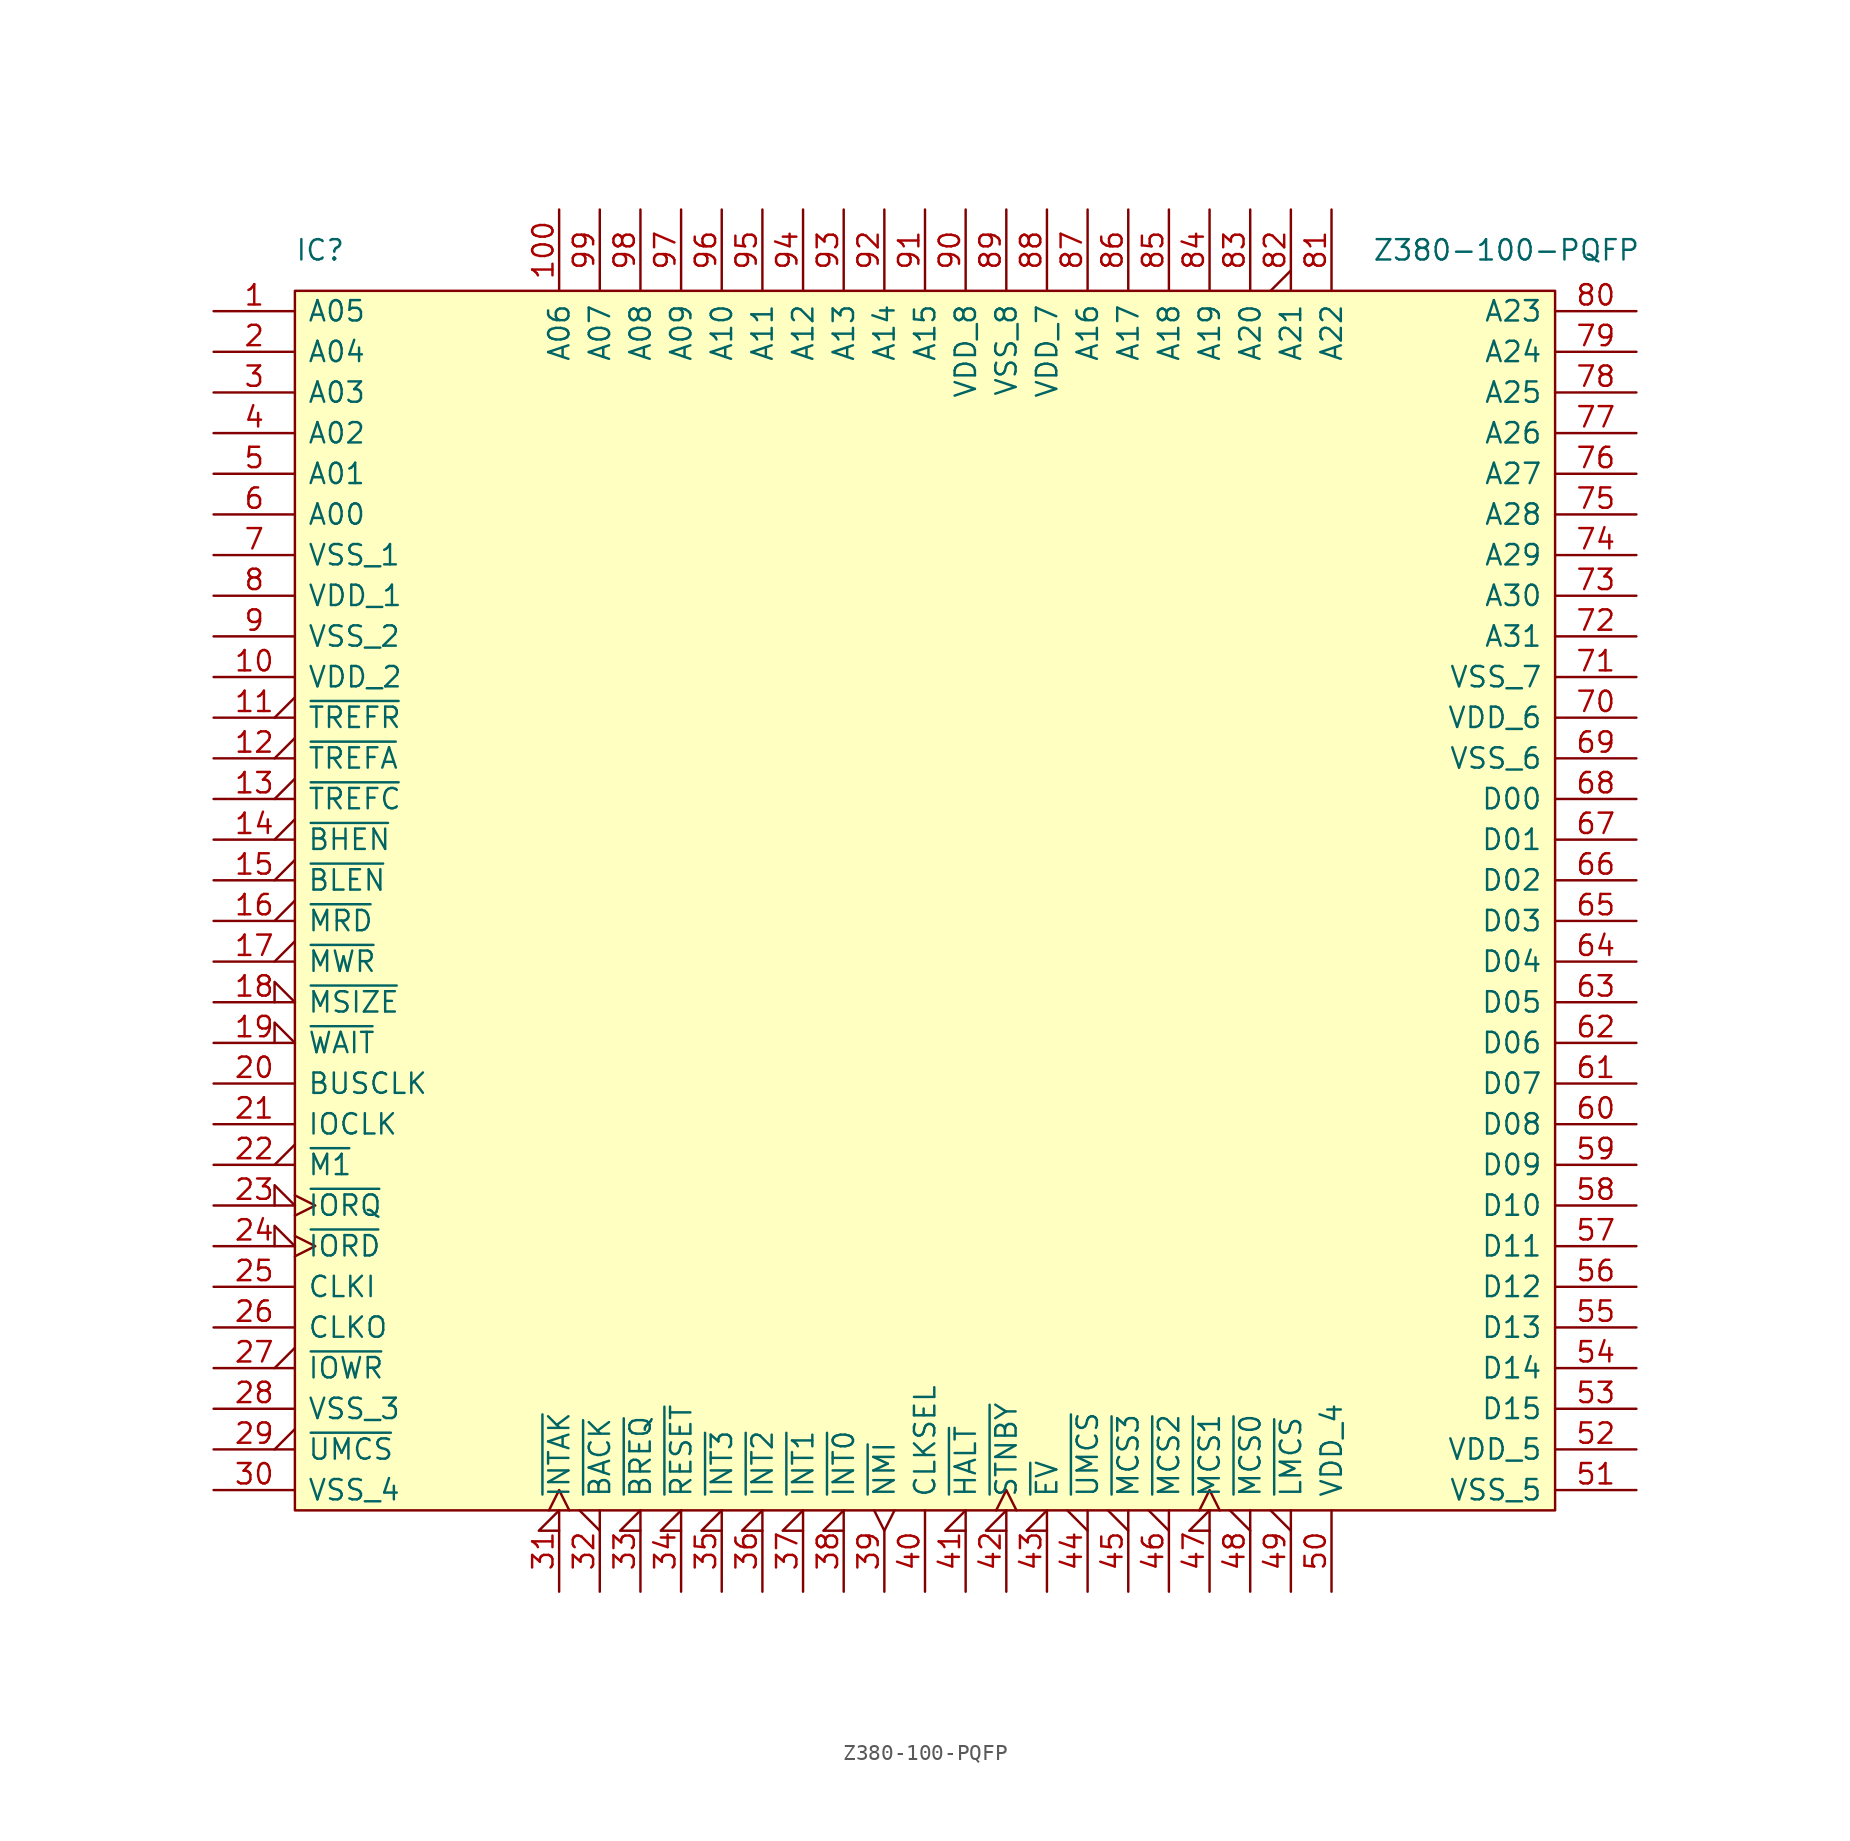
<source format=kicad_sym>
(kicad_symbol_lib
  (version 20220914)
  (generator kicad_symbol_editor)
  (symbol "Z380-100-PQFP"
    (pin_names
      (offset 0.762))
    (property "Reference" "IC"
      (at 0 2.54 0)
      (effects (font (size 1.27 1.27)) (justify left)))
    (property "Value" "Z380-100-PQFP"
      (at 67.31 2.54 0)
      (effects (font (size 1.27 1.27)) (justify left)))
    (symbol "Z380-100-PQFP_0_0"
      (pin tri_state line (at -5.08 -1.27 0) (length 5.08) (name "A05" (effects (font (size 1.27 1.27)))) (number "1" (effects (font (size 1.27 1.27)))))
      (pin power_in line (at -5.08 -24.13 0) (length 5.08) (name "VDD_2" (effects (font (size 1.27 1.27)))) (number "10" (effects (font (size 1.27 1.27)))))
      (pin tri_state line (at 16.51 5.08 270) (length 5.08) (name "A06" (effects (font (size 1.27 1.27)))) (number "100" (effects (font (size 1.27 1.27)))))
      (pin tri_state output_low (at -5.08 -26.67 0) (length 5.08) (name "~{TREFR}" (effects (font (size 1.27 1.27)))) (number "11" (effects (font (size 1.27 1.27)))))
      (pin tri_state output_low (at -5.08 -29.21 0) (length 5.08) (name "~{TREFA}" (effects (font (size 1.27 1.27)))) (number "12" (effects (font (size 1.27 1.27)))))
      (pin tri_state output_low (at -5.08 -31.75 0) (length 5.08) (name "~{TREFC}" (effects (font (size 1.27 1.27)))) (number "13" (effects (font (size 1.27 1.27)))))
      (pin tri_state output_low (at -5.08 -34.29 0) (length 5.08) (name "~{BHEN}" (effects (font (size 1.27 1.27)))) (number "14" (effects (font (size 1.27 1.27)))))
      (pin tri_state output_low (at -5.08 -36.83 0) (length 5.08) (name "~{BLEN}" (effects (font (size 1.27 1.27)))) (number "15" (effects (font (size 1.27 1.27)))))
      (pin tri_state output_low (at -5.08 -39.37 0) (length 5.08) (name "~{MRD}" (effects (font (size 1.27 1.27)))) (number "16" (effects (font (size 1.27 1.27)))))
      (pin input output_low (at -5.08 -41.91 0) (length 5.08) (name "~{MWR}" (effects (font (size 1.27 1.27)))) (number "17" (effects (font (size 1.27 1.27)))))
      (pin input input_low (at -5.08 -44.45 0) (length 5.08) (name "~{MSIZE}" (effects (font (size 1.27 1.27)))) (number "18" (effects (font (size 1.27 1.27)))))
      (pin input input_low (at -5.08 -46.99 0) (length 5.08) (name "~{WAIT}" (effects (font (size 1.27 1.27)))) (number "19" (effects (font (size 1.27 1.27)))))
      (pin tri_state line (at -5.08 -3.81 0) (length 5.08) (name "A04" (effects (font (size 1.27 1.27)))) (number "2" (effects (font (size 1.27 1.27)))))
      (pin tri_state line (at -5.08 -49.53 0) (length 5.08) (name "BUSCLK" (effects (font (size 1.27 1.27)))) (number "20" (effects (font (size 1.27 1.27)))))
      (pin tri_state line (at -5.08 -52.07 0) (length 5.08) (name "IOCLK" (effects (font (size 1.27 1.27)))) (number "21" (effects (font (size 1.27 1.27)))))
      (pin output output_low (at -5.08 -54.61 0) (length 5.08) (name "~{M1}" (effects (font (size 1.27 1.27)))) (number "22" (effects (font (size 1.27 1.27)))))
      (pin tri_state clock_low (at -5.08 -57.15 0) (length 5.08) (name "~{IORQ}" (effects (font (size 1.27 1.27)))) (number "23" (effects (font (size 1.27 1.27)))))
      (pin tri_state clock_low (at -5.08 -59.69 0) (length 5.08) (name "~{IORD}" (effects (font (size 1.27 1.27)))) (number "24" (effects (font (size 1.27 1.27)))))
      (pin input line (at -5.08 -62.23 0) (length 5.08) (name "CLKI" (effects (font (size 1.27 1.27)))) (number "25" (effects (font (size 1.27 1.27)))))
      (pin output line (at -5.08 -64.77 0) (length 5.08) (name "CLKO" (effects (font (size 1.27 1.27)))) (number "26" (effects (font (size 1.27 1.27)))))
      (pin tri_state output_low (at -5.08 -67.31 0) (length 5.08) (name "~{IOWR}" (effects (font (size 1.27 1.27)))) (number "27" (effects (font (size 1.27 1.27)))))
      (pin power_in line (at -5.08 -69.85 0) (length 5.08) (name "VSS_3" (effects (font (size 1.27 1.27)))) (number "28" (effects (font (size 1.27 1.27)))))
      (pin tri_state output_low (at -5.08 -72.39 0) (length 5.08) (name "~{UMCS}" (effects (font (size 1.27 1.27)))) (number "29" (effects (font (size 1.27 1.27)))))
      (pin tri_state line (at -5.08 -6.35 0) (length 5.08) (name "A03" (effects (font (size 1.27 1.27)))) (number "3" (effects (font (size 1.27 1.27)))))
      (pin power_in line (at -5.08 -74.93 0) (length 5.08) (name "VSS_4" (effects (font (size 1.27 1.27)))) (number "30" (effects (font (size 1.27 1.27)))))
      (pin tri_state clock_low (at 16.51 -81.28 90) (length 5.08) (name "~{INTAK}" (effects (font (size 1.27 1.27)))) (number "31" (effects (font (size 1.27 1.27)))))
      (pin tri_state output_low (at 19.05 -81.28 90) (length 5.08) (name "~{BACK}" (effects (font (size 1.27 1.27)))) (number "32" (effects (font (size 1.27 1.27)))))
      (pin input input_low (at 21.59 -81.28 90) (length 5.08) (name "~{BREQ}" (effects (font (size 1.27 1.27)))) (number "33" (effects (font (size 1.27 1.27)))))
      (pin input input_low (at 24.13 -81.28 90) (length 5.08) (name "~{RESET}" (effects (font (size 1.27 1.27)))) (number "34" (effects (font (size 1.27 1.27)))))
      (pin input input_low (at 26.67 -81.28 90) (length 5.08) (name "~{INT3}" (effects (font (size 1.27 1.27)))) (number "35" (effects (font (size 1.27 1.27)))))
      (pin input input_low (at 29.21 -81.28 90) (length 5.08) (name "~{INT2}" (effects (font (size 1.27 1.27)))) (number "36" (effects (font (size 1.27 1.27)))))
      (pin input input_low (at 31.75 -81.28 90) (length 5.08) (name "~{INT1}" (effects (font (size 1.27 1.27)))) (number "37" (effects (font (size 1.27 1.27)))))
      (pin input input_low (at 34.29 -81.28 90) (length 5.08) (name "~{INT0}" (effects (font (size 1.27 1.27)))) (number "38" (effects (font (size 1.27 1.27)))))
      (pin input edge_clock_high (at 36.83 -81.28 90) (length 5.08) (name "~{NMI}" (effects (font (size 1.27 1.27)))) (number "39" (effects (font (size 1.27 1.27)))))
      (pin tri_state line (at -5.08 -8.89 0) (length 5.08) (name "A02" (effects (font (size 1.27 1.27)))) (number "4" (effects (font (size 1.27 1.27)))))
      (pin input line (at 39.37 -81.28 90) (length 5.08) (name "CLKSEL" (effects (font (size 1.27 1.27)))) (number "40" (effects (font (size 1.27 1.27)))))
      (pin tri_state input_low (at 41.91 -81.28 90) (length 5.08) (name "~{HALT}" (effects (font (size 1.27 1.27)))) (number "41" (effects (font (size 1.27 1.27)))))
      (pin tri_state clock_low (at 44.45 -81.28 90) (length 5.08) (name "~{STNBY}" (effects (font (size 1.27 1.27)))) (number "42" (effects (font (size 1.27 1.27)))))
      (pin input input_low (at 46.99 -81.28 90) (length 5.08) (name "~{EV}" (effects (font (size 1.27 1.27)))) (number "43" (effects (font (size 1.27 1.27)))))
      (pin tri_state output_low (at 49.53 -81.28 90) (length 5.08) (name "~{UMCS}" (effects (font (size 1.27 1.27)))) (number "44" (effects (font (size 1.27 1.27)))))
      (pin tri_state output_low (at 52.07 -81.28 90) (length 5.08) (name "~{MCS3}" (effects (font (size 1.27 1.27)))) (number "45" (effects (font (size 1.27 1.27)))))
      (pin tri_state output_low (at 54.61 -81.28 90) (length 5.08) (name "~{MCS2}" (effects (font (size 1.27 1.27)))) (number "46" (effects (font (size 1.27 1.27)))))
      (pin tri_state clock_low (at 57.15 -81.28 90) (length 5.08) (name "~{MCS1}" (effects (font (size 1.27 1.27)))) (number "47" (effects (font (size 1.27 1.27)))))
      (pin tri_state output_low (at 59.69 -81.28 90) (length 5.08) (name "~{MCS0}" (effects (font (size 1.27 1.27)))) (number "48" (effects (font (size 1.27 1.27)))))
      (pin tri_state output_low (at 62.23 -81.28 90) (length 5.08) (name "~{LMCS}" (effects (font (size 1.27 1.27)))) (number "49" (effects (font (size 1.27 1.27)))))
      (pin tri_state line (at -5.08 -11.43 0) (length 5.08) (name "A01" (effects (font (size 1.27 1.27)))) (number "5" (effects (font (size 1.27 1.27)))))
      (pin power_in line (at 64.77 -81.28 90) (length 5.08) (name "VDD_4" (effects (font (size 1.27 1.27)))) (number "50" (effects (font (size 1.27 1.27)))))
      (pin power_in line (at 83.82 -74.93 180) (length 5.08) (name "VSS_5" (effects (font (size 1.27 1.27)))) (number "51" (effects (font (size 1.27 1.27)))))
      (pin power_out line (at 83.82 -72.39 180) (length 5.08) (name "VDD_5" (effects (font (size 1.27 1.27)))) (number "52" (effects (font (size 1.27 1.27)))))
      (pin tri_state line (at 83.82 -69.85 180) (length 5.08) (name "D15" (effects (font (size 1.27 1.27)))) (number "53" (effects (font (size 1.27 1.27)))))
      (pin tri_state line (at 83.82 -67.31 180) (length 5.08) (name "D14" (effects (font (size 1.27 1.27)))) (number "54" (effects (font (size 1.27 1.27)))))
      (pin tri_state line (at 83.82 -64.77 180) (length 5.08) (name "D13" (effects (font (size 1.27 1.27)))) (number "55" (effects (font (size 1.27 1.27)))))
      (pin tri_state line (at 83.82 -62.23 180) (length 5.08) (name "D12" (effects (font (size 1.27 1.27)))) (number "56" (effects (font (size 1.27 1.27)))))
      (pin tri_state line (at 83.82 -59.69 180) (length 5.08) (name "D11" (effects (font (size 1.27 1.27)))) (number "57" (effects (font (size 1.27 1.27)))))
      (pin tri_state line (at 83.82 -57.15 180) (length 5.08) (name "D10" (effects (font (size 1.27 1.27)))) (number "58" (effects (font (size 1.27 1.27)))))
      (pin tri_state line (at 83.82 -54.61 180) (length 5.08) (name "D09" (effects (font (size 1.27 1.27)))) (number "59" (effects (font (size 1.27 1.27)))))
      (pin tri_state line (at -5.08 -13.97 0) (length 5.08) (name "A00" (effects (font (size 1.27 1.27)))) (number "6" (effects (font (size 1.27 1.27)))))
      (pin tri_state line (at 83.82 -52.07 180) (length 5.08) (name "D08" (effects (font (size 1.27 1.27)))) (number "60" (effects (font (size 1.27 1.27)))))
      (pin tri_state line (at 83.82 -49.53 180) (length 5.08) (name "D07" (effects (font (size 1.27 1.27)))) (number "61" (effects (font (size 1.27 1.27)))))
      (pin tri_state line (at 83.82 -46.99 180) (length 5.08) (name "D06" (effects (font (size 1.27 1.27)))) (number "62" (effects (font (size 1.27 1.27)))))
      (pin tri_state line (at 83.82 -44.45 180) (length 5.08) (name "D05" (effects (font (size 1.27 1.27)))) (number "63" (effects (font (size 1.27 1.27)))))
      (pin tri_state line (at 83.82 -41.91 180) (length 5.08) (name "D04" (effects (font (size 1.27 1.27)))) (number "64" (effects (font (size 1.27 1.27)))))
      (pin tri_state line (at 83.82 -39.37 180) (length 5.08) (name "D03" (effects (font (size 1.27 1.27)))) (number "65" (effects (font (size 1.27 1.27)))))
      (pin tri_state line (at 83.82 -36.83 180) (length 5.08) (name "D02" (effects (font (size 1.27 1.27)))) (number "66" (effects (font (size 1.27 1.27)))))
      (pin tri_state line (at 83.82 -34.29 180) (length 5.08) (name "D01" (effects (font (size 1.27 1.27)))) (number "67" (effects (font (size 1.27 1.27)))))
      (pin tri_state line (at 83.82 -31.75 180) (length 5.08) (name "D00" (effects (font (size 1.27 1.27)))) (number "68" (effects (font (size 1.27 1.27)))))
      (pin power_in line (at 83.82 -29.21 180) (length 5.08) (name "VSS_6" (effects (font (size 1.27 1.27)))) (number "69" (effects (font (size 1.27 1.27)))))
      (pin power_in line (at -5.08 -16.51 0) (length 5.08) (name "VSS_1" (effects (font (size 1.27 1.27)))) (number "7" (effects (font (size 1.27 1.27)))))
      (pin power_in line (at 83.82 -26.67 180) (length 5.08) (name "VDD_6" (effects (font (size 1.27 1.27)))) (number "70" (effects (font (size 1.27 1.27)))))
      (pin power_in line (at 83.82 -24.13 180) (length 5.08) (name "VSS_7" (effects (font (size 1.27 1.27)))) (number "71" (effects (font (size 1.27 1.27)))))
      (pin tri_state line (at 83.82 -21.59 180) (length 5.08) (name "A31" (effects (font (size 1.27 1.27)))) (number "72" (effects (font (size 1.27 1.27)))))
      (pin tri_state line (at 83.82 -19.05 180) (length 5.08) (name "A30" (effects (font (size 1.27 1.27)))) (number "73" (effects (font (size 1.27 1.27)))))
      (pin tri_state line (at 83.82 -16.51 180) (length 5.08) (name "A29" (effects (font (size 1.27 1.27)))) (number "74" (effects (font (size 1.27 1.27)))))
      (pin tri_state line (at 83.82 -13.97 180) (length 5.08) (name "A28" (effects (font (size 1.27 1.27)))) (number "75" (effects (font (size 1.27 1.27)))))
      (pin tri_state line (at 83.82 -11.43 180) (length 5.08) (name "A27" (effects (font (size 1.27 1.27)))) (number "76" (effects (font (size 1.27 1.27)))))
      (pin tri_state line (at 83.82 -8.89 180) (length 5.08) (name "A26" (effects (font (size 1.27 1.27)))) (number "77" (effects (font (size 1.27 1.27)))))
      (pin tri_state line (at 83.82 -6.35 180) (length 5.08) (name "A25" (effects (font (size 1.27 1.27)))) (number "78" (effects (font (size 1.27 1.27)))))
      (pin tri_state line (at 83.82 -3.81 180) (length 5.08) (name "A24" (effects (font (size 1.27 1.27)))) (number "79" (effects (font (size 1.27 1.27)))))
      (pin power_in line (at -5.08 -19.05 0) (length 5.08) (name "VDD_1" (effects (font (size 1.27 1.27)))) (number "8" (effects (font (size 1.27 1.27)))))
      (pin tri_state line (at 83.82 -1.27 180) (length 5.08) (name "A23" (effects (font (size 1.27 1.27)))) (number "80" (effects (font (size 1.27 1.27)))))
      (pin tri_state line (at 64.77 5.08 270) (length 5.08) (name "A22" (effects (font (size 1.27 1.27)))) (number "81" (effects (font (size 1.27 1.27)))))
      (pin tri_state output_low (at 62.23 5.08 270) (length 5.08) (name "A21" (effects (font (size 1.27 1.27)))) (number "82" (effects (font (size 1.27 1.27)))))
      (pin tri_state line (at 59.69 5.08 270) (length 5.08) (name "A20" (effects (font (size 1.27 1.27)))) (number "83" (effects (font (size 1.27 1.27)))))
      (pin tri_state line (at 57.15 5.08 270) (length 5.08) (name "A19" (effects (font (size 1.27 1.27)))) (number "84" (effects (font (size 1.27 1.27)))))
      (pin tri_state line (at 54.61 5.08 270) (length 5.08) (name "A18" (effects (font (size 1.27 1.27)))) (number "85" (effects (font (size 1.27 1.27)))))
      (pin tri_state line (at 52.07 5.08 270) (length 5.08) (name "A17" (effects (font (size 1.27 1.27)))) (number "86" (effects (font (size 1.27 1.27)))))
      (pin tri_state line (at 49.53 5.08 270) (length 5.08) (name "A16" (effects (font (size 1.27 1.27)))) (number "87" (effects (font (size 1.27 1.27)))))
      (pin power_in line (at 46.99 5.08 270) (length 5.08) (name "VDD_7" (effects (font (size 1.27 1.27)))) (number "88" (effects (font (size 1.27 1.27)))))
      (pin power_in line (at 44.45 5.08 270) (length 5.08) (name "VSS_8" (effects (font (size 1.27 1.27)))) (number "89" (effects (font (size 1.27 1.27)))))
      (pin power_in line (at -5.08 -21.59 0) (length 5.08) (name "VSS_2" (effects (font (size 1.27 1.27)))) (number "9" (effects (font (size 1.27 1.27)))))
      (pin power_in line (at 41.91 5.08 270) (length 5.08) (name "VDD_8" (effects (font (size 1.27 1.27)))) (number "90" (effects (font (size 1.27 1.27)))))
      (pin tri_state line (at 39.37 5.08 270) (length 5.08) (name "A15" (effects (font (size 1.27 1.27)))) (number "91" (effects (font (size 1.27 1.27)))))
      (pin tri_state line (at 36.83 5.08 270) (length 5.08) (name "A14" (effects (font (size 1.27 1.27)))) (number "92" (effects (font (size 1.27 1.27)))))
      (pin tri_state line (at 34.29 5.08 270) (length 5.08) (name "A13" (effects (font (size 1.27 1.27)))) (number "93" (effects (font (size 1.27 1.27)))))
      (pin tri_state line (at 31.75 5.08 270) (length 5.08) (name "A12" (effects (font (size 1.27 1.27)))) (number "94" (effects (font (size 1.27 1.27)))))
      (pin tri_state line (at 29.21 5.08 270) (length 5.08) (name "A11" (effects (font (size 1.27 1.27)))) (number "95" (effects (font (size 1.27 1.27)))))
      (pin tri_state line (at 26.67 5.08 270) (length 5.08) (name "A10" (effects (font (size 1.27 1.27)))) (number "96" (effects (font (size 1.27 1.27)))))
      (pin tri_state line (at 24.13 5.08 270) (length 5.08) (name "A09" (effects (font (size 1.27 1.27)))) (number "97" (effects (font (size 1.27 1.27)))))
      (pin tri_state line (at 21.59 5.08 270) (length 5.08) (name "A08" (effects (font (size 1.27 1.27)))) (number "98" (effects (font (size 1.27 1.27)))))
      (pin tri_state line (at 19.05 5.08 270) (length 5.08) (name "A07" (effects (font (size 1.27 1.27)))) (number "99" (effects (font (size 1.27 1.27))))))
    (symbol "Z380-100-PQFP_0_1"
      (rectangle (start 78.74 -76.2) (end 0 0) (stroke (width 0) (type solid)) (fill (type background))))))
</source>
